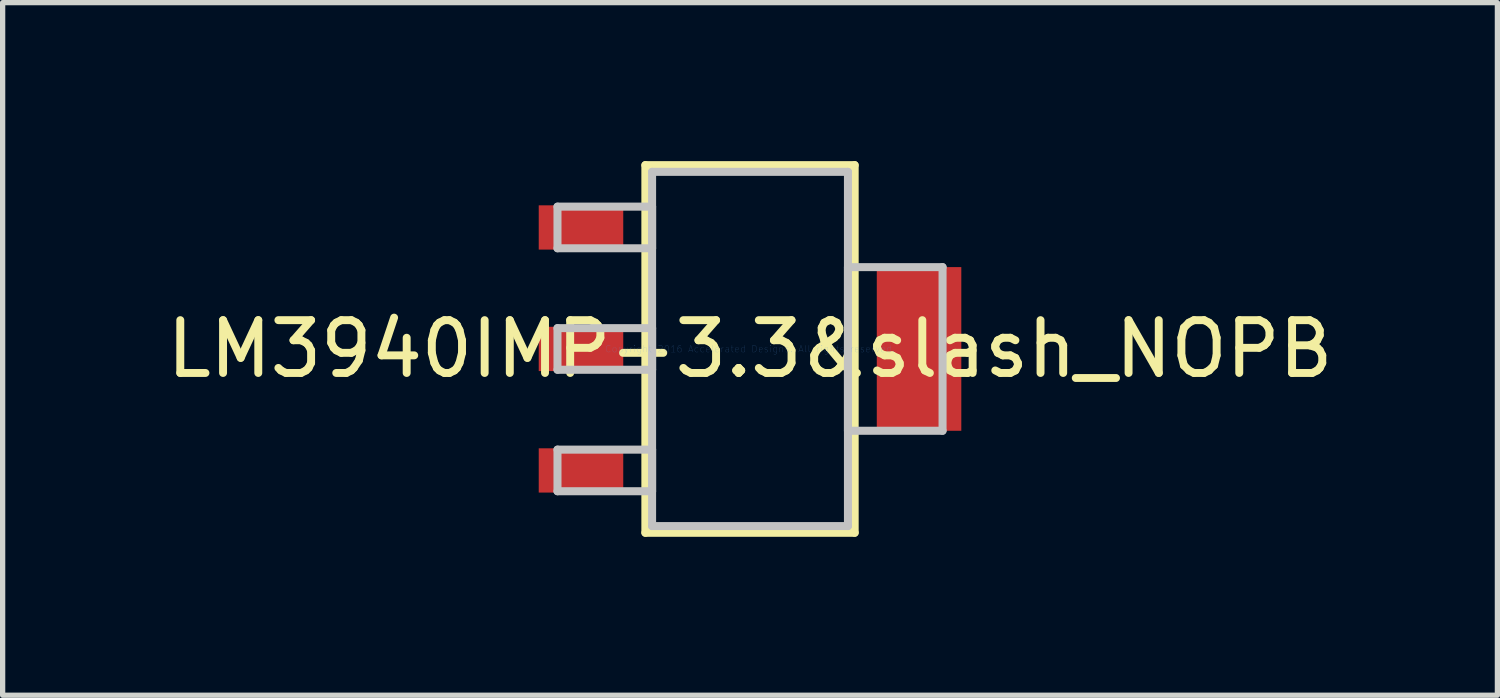
<source format=kicad_pcb>
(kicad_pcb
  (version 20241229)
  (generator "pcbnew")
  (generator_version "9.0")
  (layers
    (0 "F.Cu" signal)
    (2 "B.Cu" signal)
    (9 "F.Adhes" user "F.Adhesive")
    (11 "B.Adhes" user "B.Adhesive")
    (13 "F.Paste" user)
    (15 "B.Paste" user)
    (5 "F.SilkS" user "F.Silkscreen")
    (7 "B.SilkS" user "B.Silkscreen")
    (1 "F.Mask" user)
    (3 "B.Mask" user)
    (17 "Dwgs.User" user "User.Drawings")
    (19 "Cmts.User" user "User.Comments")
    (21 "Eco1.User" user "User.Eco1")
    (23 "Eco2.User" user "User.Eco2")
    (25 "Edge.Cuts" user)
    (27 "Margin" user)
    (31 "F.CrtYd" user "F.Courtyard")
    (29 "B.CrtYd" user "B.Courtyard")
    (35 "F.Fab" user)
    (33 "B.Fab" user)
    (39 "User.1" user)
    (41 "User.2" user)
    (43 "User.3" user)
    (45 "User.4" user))
  (footprint "LM3940IMP-3.3&slash_NOPB"
    (layer "F.Cu")
    (at 11.149 3.556)
    (property "Reference" "LM3940IMP-3.3&slash_NOPB" (at 0 0 0) (layer "F.SilkS") (effects (font (size 1 1) (thickness 0.15))))
    (attr through_hole)
    (fp_line (start -1.981 -3.48) (end -1.981 3.48) (stroke (width 0.152) (type solid)) (layer "F.SilkS"))
    (fp_line (start -1.981 3.48) (end 1.981 3.48) (stroke (width 0.152) (type solid)) (layer "F.SilkS"))
    (fp_line (start 1.981 -3.48) (end -1.981 -3.48) (stroke (width 0.152) (type solid)) (layer "F.SilkS"))
    (fp_line (start 1.981 3.48) (end 1.981 -3.48) (stroke (width 0.152) (type solid)) (layer "F.SilkS"))
    (fp_line (start -3.645 -2.694) (end -3.645 -1.906) (stroke (width 0.152) (type solid)) (layer "Dwgs.User"))
    (fp_line (start -3.645 -1.906) (end -1.854 -1.906) (stroke (width 0.152) (type solid)) (layer "Dwgs.User"))
    (fp_line (start -3.645 -0.394) (end -3.645 0.394) (stroke (width 0.152) (type solid)) (layer "Dwgs.User"))
    (fp_line (start -3.645 0.394) (end -1.854 0.394) (stroke (width 0.152) (type solid)) (layer "Dwgs.User"))
    (fp_line (start -3.645 1.906) (end -3.645 2.694) (stroke (width 0.152) (type solid)) (layer "Dwgs.User"))
    (fp_line (start -3.645 2.694) (end -1.854 2.694) (stroke (width 0.152) (type solid)) (layer "Dwgs.User"))
    (fp_line (start -1.854 -3.353) (end -1.854 3.353) (stroke (width 0.152) (type solid)) (layer "Dwgs.User"))
    (fp_line (start -1.854 -2.694) (end -3.645 -2.694) (stroke (width 0.152) (type solid)) (layer "Dwgs.User"))
    (fp_line (start -1.854 -1.906) (end -1.854 -2.694) (stroke (width 0.152) (type solid)) (layer "Dwgs.User"))
    (fp_line (start -1.854 -0.394) (end -3.645 -0.394) (stroke (width 0.152) (type solid)) (layer "Dwgs.User"))
    (fp_line (start -1.854 0.394) (end -1.854 -0.394) (stroke (width 0.152) (type solid)) (layer "Dwgs.User"))
    (fp_line (start -1.854 1.906) (end -3.645 1.906) (stroke (width 0.152) (type solid)) (layer "Dwgs.User"))
    (fp_line (start -1.854 2.694) (end -1.854 1.906) (stroke (width 0.152) (type solid)) (layer "Dwgs.User"))
    (fp_line (start -1.854 3.353) (end 1.854 3.353) (stroke (width 0.152) (type solid)) (layer "Dwgs.User"))
    (fp_line (start 1.854 -3.353) (end -1.854 -3.353) (stroke (width 0.152) (type solid)) (layer "Dwgs.User"))
    (fp_line (start 1.854 -1.549) (end 1.854 1.549) (stroke (width 0.152) (type solid)) (layer "Dwgs.User"))
    (fp_line (start 1.854 1.549) (end 3.645 1.549) (stroke (width 0.152) (type solid)) (layer "Dwgs.User"))
    (fp_line (start 1.854 3.353) (end 1.854 -3.353) (stroke (width 0.152) (type solid)) (layer "Dwgs.User"))
    (fp_line (start 3.645 -1.549) (end 1.854 -1.549) (stroke (width 0.152) (type solid)) (layer "Dwgs.User"))
    (fp_line (start 3.645 1.549) (end 3.645 -1.549) (stroke (width 0.152) (type solid)) (layer "Dwgs.User"))
    (fp_text user "Copyright 2016 Accelerated Designs. All rights reserved." (at 0 0 0) (layer "Cmts.User") (effects (font (size 0.127 0.127) (thickness 0.002))))
    (pad "1" smd rect (at -3.2 -2.3) (size 1.6 0.838) (layers "F.Cu"))
    (pad "2" smd rect (at -3.2 0) (size 1.6 0.838) (layers "F.Cu"))
    (pad "3" smd rect (at -3.2 2.3) (size 1.6 0.838) (layers "F.Cu"))
    (pad "4" smd rect (at 3.2 0) (size 1.6 3.099) (layers "F.Cu")))
  (gr_rect
    (start -3 -3)
    (end 25.298 10.112)
    (stroke (width 0.1) (type default))
    (fill no)
    (layer "Edge.Cuts")))
</source>
